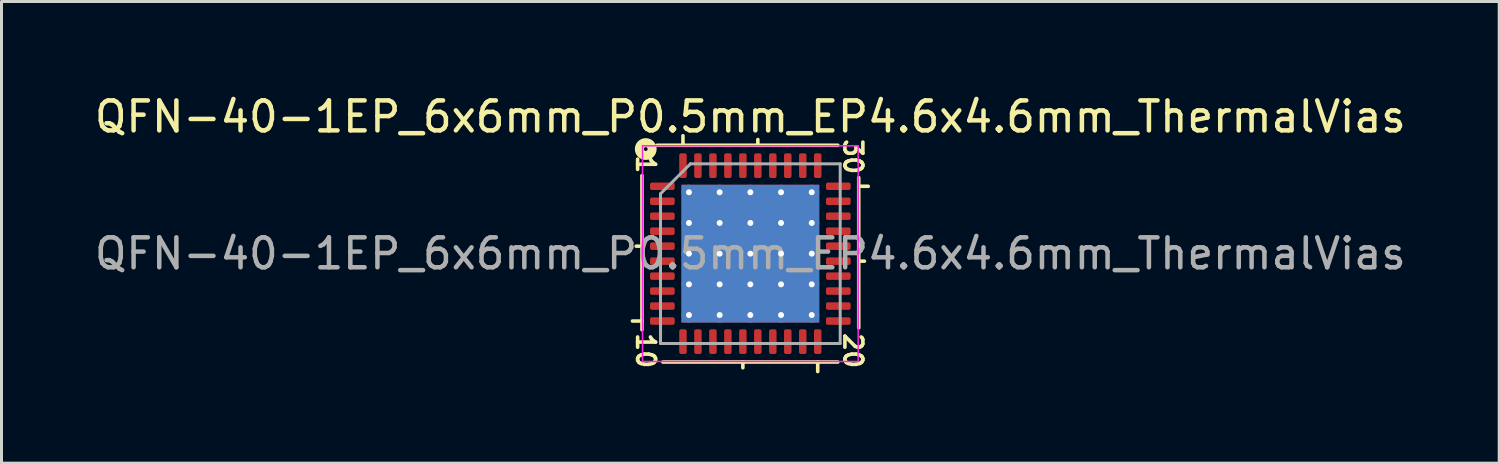
<source format=kicad_pcb>
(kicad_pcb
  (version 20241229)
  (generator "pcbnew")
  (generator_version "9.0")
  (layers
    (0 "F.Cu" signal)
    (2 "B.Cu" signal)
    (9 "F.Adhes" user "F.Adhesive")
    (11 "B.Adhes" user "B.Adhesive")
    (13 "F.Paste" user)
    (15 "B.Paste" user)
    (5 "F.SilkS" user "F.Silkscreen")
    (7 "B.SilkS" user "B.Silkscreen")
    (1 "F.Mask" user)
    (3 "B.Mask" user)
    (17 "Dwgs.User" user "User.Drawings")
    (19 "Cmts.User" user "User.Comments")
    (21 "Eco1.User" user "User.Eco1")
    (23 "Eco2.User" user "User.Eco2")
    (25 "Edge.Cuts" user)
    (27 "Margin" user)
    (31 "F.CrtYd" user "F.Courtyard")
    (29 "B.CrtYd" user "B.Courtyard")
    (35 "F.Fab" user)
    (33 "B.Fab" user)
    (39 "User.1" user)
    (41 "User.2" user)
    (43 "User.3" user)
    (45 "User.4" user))
  (footprint "QFN-40-1EP_6x6mm_P0.5mm_EP4.6x4.6mm_ThermalVias"
    (layer "F.Cu")
    (at 22.006 5.42)
    (property "Reference" "QFN-40-1EP_6x6mm_P0.5mm_EP4.6x4.6mm_ThermalVias" (at 0 -4.572 0) (layer "F.SilkS") (effects (font (size 1 1) (thickness 0.15))))
    (attr smd)
    (fp_line (start -3.937 2.25) (end -3.619 2.25) (stroke (width 0.12) (type solid)) (layer "F.SilkS"))
    (fp_line (start -3.619 -2.603) (end -3.619 2.54) (stroke (width 0.12) (type solid)) (layer "F.SilkS"))
    (fp_line (start -3.619 -0.25) (end -3.81 -0.25) (stroke (width 0.12) (type solid)) (layer "F.SilkS"))
    (fp_line (start -2.921 3.619) (end 2.921 3.619) (stroke (width 0.12) (type solid)) (layer "F.SilkS"))
    (fp_line (start -2.25 -3.619) (end -2.25 -3.937) (stroke (width 0.12) (type solid)) (layer "F.SilkS"))
    (fp_line (start -0.25 3.619) (end -0.25 3.81) (stroke (width 0.12) (type solid)) (layer "F.SilkS"))
    (fp_line (start 0.25 -3.619) (end 0.25 -3.81) (stroke (width 0.12) (type solid)) (layer "F.SilkS"))
    (fp_line (start 2.25 3.619) (end 2.25 3.937) (stroke (width 0.12) (type solid)) (layer "F.SilkS"))
    (fp_line (start 2.921 -3.619) (end -3.111 -3.619) (stroke (width 0.12) (type solid)) (layer "F.SilkS"))
    (fp_line (start 3.619 -2.25) (end 3.937 -2.25) (stroke (width 0.12) (type solid)) (layer "F.SilkS"))
    (fp_line (start 3.619 0.25) (end 3.81 0.25) (stroke (width 0.12) (type solid)) (layer "F.SilkS"))
    (fp_line (start 3.619 2.477) (end 3.619 -2.54) (stroke (width 0.12) (type solid)) (layer "F.SilkS"))
    (fp_circle (center -3.493 -3.493) (end -3.429 -3.493) (stroke (width 0.3) (type solid)) (fill no) (layer "F.SilkS"))
    (fp_line (start -3.6 -3.6) (end -3.6 3.6) (stroke (width 0.05) (type solid)) (layer "F.CrtYd"))
    (fp_line (start -3.6 3.6) (end 3.6 3.6) (stroke (width 0.05) (type solid)) (layer "F.CrtYd"))
    (fp_line (start 3.6 -3.6) (end -3.6 -3.6) (stroke (width 0.05) (type solid)) (layer "F.CrtYd"))
    (fp_line (start 3.6 3.6) (end 3.6 -3.6) (stroke (width 0.05) (type solid)) (layer "F.CrtYd"))
    (fp_line (start -3 -2) (end -2 -3) (stroke (width 0.1) (type solid)) (layer "F.Fab"))
    (fp_line (start -3 3) (end -3 -2) (stroke (width 0.1) (type solid)) (layer "F.Fab"))
    (fp_line (start -2 -3) (end 3 -3) (stroke (width 0.1) (type solid)) (layer "F.Fab"))
    (fp_line (start 3 -3) (end 3 3) (stroke (width 0.1) (type solid)) (layer "F.Fab"))
    (fp_line (start 3 3) (end -3 3) (stroke (width 0.1) (type solid)) (layer "F.Fab"))
    (fp_text user "30" (at 3.429 -3.239 270) (unlocked yes) (layer "F.SilkS") (effects (font (size 0.6 0.6) (thickness 0.12))))
    (fp_text user "10" (at -3.493 3.239 270) (unlocked yes) (layer "F.SilkS") (effects (font (size 0.6 0.6) (thickness 0.12))))
    (fp_text user "20" (at 3.429 3.239 270) (unlocked yes) (layer "F.SilkS") (effects (font (size 0.6 0.6) (thickness 0.12))))
    (fp_text user "1" (at -3.493 -2.985 270) (unlocked yes) (layer "F.SilkS") (effects (font (size 0.6 0.6) (thickness 0.12))))
    (fp_text user "${REFERENCE}" (at 0 0 0) (layer "F.Fab") (effects (font (size 1 1) (thickness 0.15))))
    (pad "" smd custom (at -1.538 -1.538) (size 0.786 0.786) (layers "F.Paste") (options (anchor circle)) (primitives (gr_poly (pts (xy 0.34 -0.253) (xy 0.34 0.253) (xy 0.253 0.34) (xy -0.253 0.34) (xy -0.34 0.253) (xy -0.34 -0.253) (xy -0.253 -0.34) (xy 0.253 -0.34)) (width 0.21) (fill yes))))
    (pad "" smd custom (at -1.538 -0.512) (size 0.786 0.786) (layers "F.Paste") (options (anchor circle)) (primitives (gr_poly (pts (xy 0.34 -0.253) (xy 0.34 0.253) (xy 0.253 0.34) (xy -0.253 0.34) (xy -0.34 0.253) (xy -0.34 -0.253) (xy -0.253 -0.34) (xy 0.253 -0.34)) (width 0.21) (fill yes))))
    (pad "" smd custom (at -1.538 0.512) (size 0.786 0.786) (layers "F.Paste") (options (anchor circle)) (primitives (gr_poly (pts (xy 0.34 -0.253) (xy 0.34 0.253) (xy 0.253 0.34) (xy -0.253 0.34) (xy -0.34 0.253) (xy -0.34 -0.253) (xy -0.253 -0.34) (xy 0.253 -0.34)) (width 0.21) (fill yes))))
    (pad "" smd custom (at -1.538 1.538) (size 0.786 0.786) (layers "F.Paste") (options (anchor circle)) (primitives (gr_poly (pts (xy 0.34 -0.253) (xy 0.34 0.253) (xy 0.253 0.34) (xy -0.253 0.34) (xy -0.34 0.253) (xy -0.34 -0.253) (xy -0.253 -0.34) (xy 0.253 -0.34)) (width 0.21) (fill yes))))
    (pad "" smd custom (at -0.512 -1.538) (size 0.786 0.786) (layers "F.Paste") (options (anchor circle)) (primitives (gr_poly (pts (xy 0.34 -0.253) (xy 0.34 0.253) (xy 0.253 0.34) (xy -0.253 0.34) (xy -0.34 0.253) (xy -0.34 -0.253) (xy -0.253 -0.34) (xy 0.253 -0.34)) (width 0.21) (fill yes))))
    (pad "" smd custom (at -0.512 -0.512) (size 0.786 0.786) (layers "F.Paste") (options (anchor circle)) (primitives (gr_poly (pts (xy 0.34 -0.253) (xy 0.34 0.253) (xy 0.253 0.34) (xy -0.253 0.34) (xy -0.34 0.253) (xy -0.34 -0.253) (xy -0.253 -0.34) (xy 0.253 -0.34)) (width 0.21) (fill yes))))
    (pad "" smd custom (at -0.512 0.512) (size 0.786 0.786) (layers "F.Paste") (options (anchor circle)) (primitives (gr_poly (pts (xy 0.34 -0.253) (xy 0.34 0.253) (xy 0.253 0.34) (xy -0.253 0.34) (xy -0.34 0.253) (xy -0.34 -0.253) (xy -0.253 -0.34) (xy 0.253 -0.34)) (width 0.21) (fill yes))))
    (pad "" smd custom (at -0.512 1.538) (size 0.786 0.786) (layers "F.Paste") (options (anchor circle)) (primitives (gr_poly (pts (xy 0.34 -0.253) (xy 0.34 0.253) (xy 0.253 0.34) (xy -0.253 0.34) (xy -0.34 0.253) (xy -0.34 -0.253) (xy -0.253 -0.34) (xy 0.253 -0.34)) (width 0.21) (fill yes))))
    (pad "" smd custom (at 0.512 -1.538) (size 0.786 0.786) (layers "F.Paste") (options (anchor circle)) (primitives (gr_poly (pts (xy 0.34 -0.253) (xy 0.34 0.253) (xy 0.253 0.34) (xy -0.253 0.34) (xy -0.34 0.253) (xy -0.34 -0.253) (xy -0.253 -0.34) (xy 0.253 -0.34)) (width 0.21) (fill yes))))
    (pad "" smd custom (at 0.512 -0.512) (size 0.786 0.786) (layers "F.Paste") (options (anchor circle)) (primitives (gr_poly (pts (xy 0.34 -0.253) (xy 0.34 0.253) (xy 0.253 0.34) (xy -0.253 0.34) (xy -0.34 0.253) (xy -0.34 -0.253) (xy -0.253 -0.34) (xy 0.253 -0.34)) (width 0.21) (fill yes))))
    (pad "" smd custom (at 0.512 0.512) (size 0.786 0.786) (layers "F.Paste") (options (anchor circle)) (primitives (gr_poly (pts (xy 0.34 -0.253) (xy 0.34 0.253) (xy 0.253 0.34) (xy -0.253 0.34) (xy -0.34 0.253) (xy -0.34 -0.253) (xy -0.253 -0.34) (xy 0.253 -0.34)) (width 0.21) (fill yes))))
    (pad "" smd custom (at 0.512 1.538) (size 0.786 0.786) (layers "F.Paste") (options (anchor circle)) (primitives (gr_poly (pts (xy 0.34 -0.253) (xy 0.34 0.253) (xy 0.253 0.34) (xy -0.253 0.34) (xy -0.34 0.253) (xy -0.34 -0.253) (xy -0.253 -0.34) (xy 0.253 -0.34)) (width 0.21) (fill yes))))
    (pad "" smd custom (at 1.538 -1.538) (size 0.786 0.786) (layers "F.Paste") (options (anchor circle)) (primitives (gr_poly (pts (xy 0.34 -0.253) (xy 0.34 0.253) (xy 0.253 0.34) (xy -0.253 0.34) (xy -0.34 0.253) (xy -0.34 -0.253) (xy -0.253 -0.34) (xy 0.253 -0.34)) (width 0.21) (fill yes))))
    (pad "" smd custom (at 1.538 -0.512) (size 0.786 0.786) (layers "F.Paste") (options (anchor circle)) (primitives (gr_poly (pts (xy 0.34 -0.253) (xy 0.34 0.253) (xy 0.253 0.34) (xy -0.253 0.34) (xy -0.34 0.253) (xy -0.34 -0.253) (xy -0.253 -0.34) (xy 0.253 -0.34)) (width 0.21) (fill yes))))
    (pad "" smd custom (at 1.538 0.512) (size 0.786 0.786) (layers "F.Paste") (options (anchor circle)) (primitives (gr_poly (pts (xy 0.34 -0.253) (xy 0.34 0.253) (xy 0.253 0.34) (xy -0.253 0.34) (xy -0.34 0.253) (xy -0.34 -0.253) (xy -0.253 -0.34) (xy 0.253 -0.34)) (width 0.21) (fill yes))))
    (pad "" smd custom (at 1.538 1.538) (size 0.786 0.786) (layers "F.Paste") (options (anchor circle)) (primitives (gr_poly (pts (xy 0.34 -0.253) (xy 0.34 0.253) (xy 0.253 0.34) (xy -0.253 0.34) (xy -0.34 0.253) (xy -0.34 -0.253) (xy -0.253 -0.34) (xy 0.253 -0.34)) (width 0.21) (fill yes))))
    (pad "1" smd roundrect (at -2.938 -2.25) (size 0.825 0.25) (layers "F.Cu" "F.Mask" "F.Paste") (roundrect_rratio 0.25))
    (pad "2" smd roundrect (at -2.938 -1.75) (size 0.825 0.25) (layers "F.Cu" "F.Mask" "F.Paste") (roundrect_rratio 0.25))
    (pad "3" smd roundrect (at -2.938 -1.25) (size 0.825 0.25) (layers "F.Cu" "F.Mask" "F.Paste") (roundrect_rratio 0.25))
    (pad "4" smd roundrect (at -2.938 -0.75) (size 0.825 0.25) (layers "F.Cu" "F.Mask" "F.Paste") (roundrect_rratio 0.25))
    (pad "5" smd roundrect (at -2.938 -0.25) (size 0.825 0.25) (layers "F.Cu" "F.Mask" "F.Paste") (roundrect_rratio 0.25))
    (pad "6" smd roundrect (at -2.938 0.25) (size 0.825 0.25) (layers "F.Cu" "F.Mask" "F.Paste") (roundrect_rratio 0.25))
    (pad "7" smd roundrect (at -2.938 0.75) (size 0.825 0.25) (layers "F.Cu" "F.Mask" "F.Paste") (roundrect_rratio 0.25))
    (pad "8" smd roundrect (at -2.938 1.25) (size 0.825 0.25) (layers "F.Cu" "F.Mask" "F.Paste") (roundrect_rratio 0.25))
    (pad "9" smd roundrect (at -2.938 1.75) (size 0.825 0.25) (layers "F.Cu" "F.Mask" "F.Paste") (roundrect_rratio 0.25))
    (pad "10" smd roundrect (at -2.938 2.25) (size 0.825 0.25) (layers "F.Cu" "F.Mask" "F.Paste") (roundrect_rratio 0.25))
    (pad "11" smd roundrect (at -2.25 2.938) (size 0.25 0.825) (layers "F.Cu" "F.Mask" "F.Paste") (roundrect_rratio 0.25))
    (pad "12" smd roundrect (at -1.75 2.938) (size 0.25 0.825) (layers "F.Cu" "F.Mask" "F.Paste") (roundrect_rratio 0.25))
    (pad "13" smd roundrect (at -1.25 2.938) (size 0.25 0.825) (layers "F.Cu" "F.Mask" "F.Paste") (roundrect_rratio 0.25))
    (pad "14" smd roundrect (at -0.75 2.938) (size 0.25 0.825) (layers "F.Cu" "F.Mask" "F.Paste") (roundrect_rratio 0.25))
    (pad "15" smd roundrect (at -0.25 2.938) (size 0.25 0.825) (layers "F.Cu" "F.Mask" "F.Paste") (roundrect_rratio 0.25))
    (pad "16" smd roundrect (at 0.25 2.938) (size 0.25 0.825) (layers "F.Cu" "F.Mask" "F.Paste") (roundrect_rratio 0.25))
    (pad "17" smd roundrect (at 0.75 2.938) (size 0.25 0.825) (layers "F.Cu" "F.Mask" "F.Paste") (roundrect_rratio 0.25))
    (pad "18" smd roundrect (at 1.25 2.938) (size 0.25 0.825) (layers "F.Cu" "F.Mask" "F.Paste") (roundrect_rratio 0.25))
    (pad "19" smd roundrect (at 1.75 2.938) (size 0.25 0.825) (layers "F.Cu" "F.Mask" "F.Paste") (roundrect_rratio 0.25))
    (pad "20" smd roundrect (at 2.25 2.938) (size 0.25 0.825) (layers "F.Cu" "F.Mask" "F.Paste") (roundrect_rratio 0.25))
    (pad "21" smd roundrect (at 2.938 2.25) (size 0.825 0.25) (layers "F.Cu" "F.Mask" "F.Paste") (roundrect_rratio 0.25))
    (pad "22" smd roundrect (at 2.938 1.75) (size 0.825 0.25) (layers "F.Cu" "F.Mask" "F.Paste") (roundrect_rratio 0.25))
    (pad "23" smd roundrect (at 2.938 1.25) (size 0.825 0.25) (layers "F.Cu" "F.Mask" "F.Paste") (roundrect_rratio 0.25))
    (pad "24" smd roundrect (at 2.938 0.75) (size 0.825 0.25) (layers "F.Cu" "F.Mask" "F.Paste") (roundrect_rratio 0.25))
    (pad "25" smd roundrect (at 2.938 0.25) (size 0.825 0.25) (layers "F.Cu" "F.Mask" "F.Paste") (roundrect_rratio 0.25))
    (pad "26" smd roundrect (at 2.938 -0.25) (size 0.825 0.25) (layers "F.Cu" "F.Mask" "F.Paste") (roundrect_rratio 0.25))
    (pad "27" smd roundrect (at 2.938 -0.75) (size 0.825 0.25) (layers "F.Cu" "F.Mask" "F.Paste") (roundrect_rratio 0.25))
    (pad "28" smd roundrect (at 2.938 -1.25) (size 0.825 0.25) (layers "F.Cu" "F.Mask" "F.Paste") (roundrect_rratio 0.25))
    (pad "29" smd roundrect (at 2.938 -1.75) (size 0.825 0.25) (layers "F.Cu" "F.Mask" "F.Paste") (roundrect_rratio 0.25))
    (pad "30" smd roundrect (at 2.938 -2.25) (size 0.825 0.25) (layers "F.Cu" "F.Mask" "F.Paste") (roundrect_rratio 0.25))
    (pad "31" smd roundrect (at 2.25 -2.938) (size 0.25 0.825) (layers "F.Cu" "F.Mask" "F.Paste") (roundrect_rratio 0.25))
    (pad "32" smd roundrect (at 1.75 -2.938) (size 0.25 0.825) (layers "F.Cu" "F.Mask" "F.Paste") (roundrect_rratio 0.25))
    (pad "33" smd roundrect (at 1.25 -2.938) (size 0.25 0.825) (layers "F.Cu" "F.Mask" "F.Paste") (roundrect_rratio 0.25))
    (pad "34" smd roundrect (at 0.75 -2.938) (size 0.25 0.825) (layers "F.Cu" "F.Mask" "F.Paste") (roundrect_rratio 0.25))
    (pad "35" smd roundrect (at 0.25 -2.938) (size 0.25 0.825) (layers "F.Cu" "F.Mask" "F.Paste") (roundrect_rratio 0.25))
    (pad "36" smd roundrect (at -0.25 -2.938) (size 0.25 0.825) (layers "F.Cu" "F.Mask" "F.Paste") (roundrect_rratio 0.25))
    (pad "37" smd roundrect (at -0.75 -2.938) (size 0.25 0.825) (layers "F.Cu" "F.Mask" "F.Paste") (roundrect_rratio 0.25))
    (pad "38" smd roundrect (at -1.25 -2.938) (size 0.25 0.825) (layers "F.Cu" "F.Mask" "F.Paste") (roundrect_rratio 0.25))
    (pad "39" smd roundrect (at -1.75 -2.938) (size 0.25 0.825) (layers "F.Cu" "F.Mask" "F.Paste") (roundrect_rratio 0.25))
    (pad "40" smd roundrect (at -2.25 -2.938) (size 0.25 0.825) (layers "F.Cu" "F.Mask" "F.Paste") (roundrect_rratio 0.25))
    (pad "41" thru_hole circle (at -2.05 -2.05) (size 0.5 0.5) (drill 0.2) (layers "*.Cu"))
    (pad "41" thru_hole circle (at -2.05 -1.025) (size 0.5 0.5) (drill 0.2) (layers "*.Cu"))
    (pad "41" thru_hole circle (at -2.05 0) (size 0.5 0.5) (drill 0.2) (layers "*.Cu"))
    (pad "41" thru_hole circle (at -2.05 1.025) (size 0.5 0.5) (drill 0.2) (layers "*.Cu"))
    (pad "41" thru_hole circle (at -2.05 2.05) (size 0.5 0.5) (drill 0.2) (layers "*.Cu"))
    (pad "41" thru_hole circle (at -1.025 -2.05) (size 0.5 0.5) (drill 0.2) (layers "*.Cu"))
    (pad "41" thru_hole circle (at -1.025 -1.025) (size 0.5 0.5) (drill 0.2) (layers "*.Cu"))
    (pad "41" thru_hole circle (at -1.025 0) (size 0.5 0.5) (drill 0.2) (layers "*.Cu"))
    (pad "41" thru_hole circle (at -1.025 1.025) (size 0.5 0.5) (drill 0.2) (layers "*.Cu"))
    (pad "41" thru_hole circle (at -1.025 2.05) (size 0.5 0.5) (drill 0.2) (layers "*.Cu"))
    (pad "41" thru_hole circle (at 0 -2.05) (size 0.5 0.5) (drill 0.2) (layers "*.Cu"))
    (pad "41" thru_hole circle (at 0 -1.025) (size 0.5 0.5) (drill 0.2) (layers "*.Cu"))
    (pad "41" thru_hole circle (at 0 0) (size 0.5 0.5) (drill 0.2) (layers "*.Cu"))
    (pad "41" smd rect (at 0 0) (size 4.6 4.6) (layers "F.Cu" "F.Mask"))
    (pad "41" smd rect (at 0 0) (size 4.6 4.6) (layers "B.Cu" "B.Mask"))
    (pad "41" thru_hole circle (at 0 1.025) (size 0.5 0.5) (drill 0.2) (layers "*.Cu"))
    (pad "41" thru_hole circle (at 0 2.05) (size 0.5 0.5) (drill 0.2) (layers "*.Cu"))
    (pad "41" thru_hole circle (at 1.025 -2.05) (size 0.5 0.5) (drill 0.2) (layers "*.Cu"))
    (pad "41" thru_hole circle (at 1.025 -1.025) (size 0.5 0.5) (drill 0.2) (layers "*.Cu"))
    (pad "41" thru_hole circle (at 1.025 0) (size 0.5 0.5) (drill 0.2) (layers "*.Cu"))
    (pad "41" thru_hole circle (at 1.025 1.025) (size 0.5 0.5) (drill 0.2) (layers "*.Cu"))
    (pad "41" thru_hole circle (at 1.025 2.05) (size 0.5 0.5) (drill 0.2) (layers "*.Cu"))
    (pad "41" thru_hole circle (at 2.05 -2.05) (size 0.5 0.5) (drill 0.2) (layers "*.Cu"))
    (pad "41" thru_hole circle (at 2.05 -1.025) (size 0.5 0.5) (drill 0.2) (layers "*.Cu"))
    (pad "41" thru_hole circle (at 2.05 0) (size 0.5 0.5) (drill 0.2) (layers "*.Cu"))
    (pad "41" thru_hole circle (at 2.05 1.025) (size 0.5 0.5) (drill 0.2) (layers "*.Cu"))
    (pad "41" thru_hole circle (at 2.05 2.05) (size 0.5 0.5) (drill 0.2) (layers "*.Cu")))
  (gr_rect
    (start -3 -3)
    (end 47.012 12.417)
    (stroke (width 0.1) (type default))
    (fill no)
    (layer "Edge.Cuts")))
</source>
